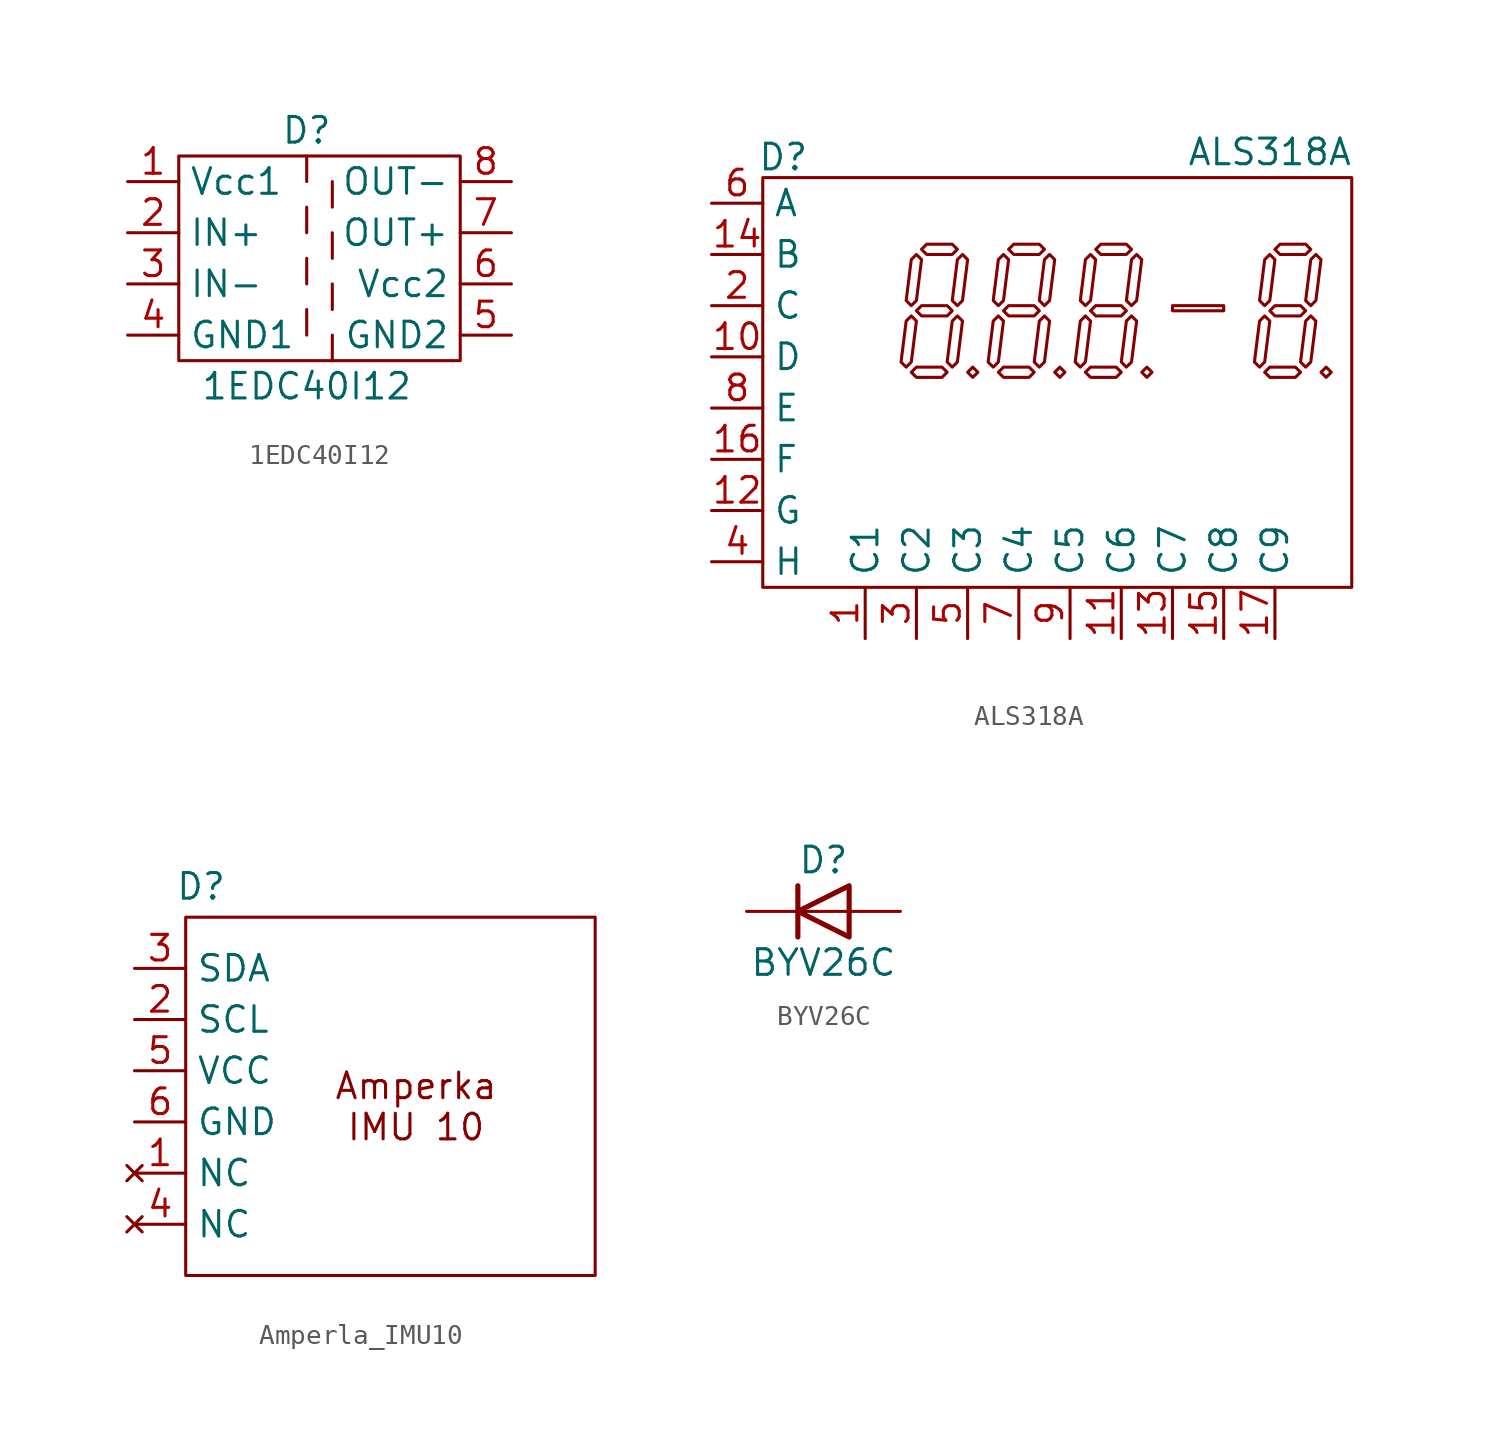
<source format=kicad_sym>
(kicad_symbol_lib
  (version 20231120)
  (generator "kicad_symbol_editor")
  (generator_version "8.0")
  (symbol "1EDC40I12"
    (property "Reference" "D"
      (at 8.89 2.54 0)
      (effects (font (size 1.27 1.27))))
    (property "Value" "1EDC40I12"
      (at 8.89 -10.16 0)
      (effects (font (size 1.27 1.27))))
    (symbol "1EDC40I12_0_1"
      (polyline (pts (xy 8.89 -6.35) (xy 8.89 -7.62)) (stroke (width 0) (type default)) (fill (type none)))
      (polyline (pts (xy 8.89 -3.81) (xy 8.89 -5.08)) (stroke (width 0) (type default)) (fill (type none)))
      (polyline (pts (xy 8.89 -1.27) (xy 8.89 -2.54)) (stroke (width 0) (type default)) (fill (type none)))
      (polyline (pts (xy 8.89 1.27) (xy 8.89 0)) (stroke (width 0) (type default)) (fill (type none)))
      (polyline (pts (xy 10.16 -7.62) (xy 10.16 -8.89)) (stroke (width 0) (type default)) (fill (type none)))
      (polyline (pts (xy 10.16 -5.08) (xy 10.16 -6.35)) (stroke (width 0) (type default)) (fill (type none)))
      (polyline (pts (xy 10.16 -2.54) (xy 10.16 -3.81)) (stroke (width 0) (type default)) (fill (type none)))
      (polyline (pts (xy 10.16 0) (xy 10.16 -1.27)) (stroke (width 0) (type default)) (fill (type none)))
      (polyline (pts (xy 2.54 1.27) (xy 16.51 1.27) (xy 16.51 -8.89) (xy 2.54 -8.89) (xy 2.54 1.27)) (stroke (width 0) (type default)) (fill (type none))))
    (symbol "1EDC40I12_1_1"
      (pin power_in line (at 0 0 0) (length 2.54) (name "Vcc1" (effects (font (size 1.27 1.27)))) (number "1" (effects (font (size 1.27 1.27)))))
      (pin input line (at 0 -2.54 0) (length 2.54) (name "IN+" (effects (font (size 1.27 1.27)))) (number "2" (effects (font (size 1.27 1.27)))))
      (pin input line (at 0 -5.08 0) (length 2.54) (name "IN-" (effects (font (size 1.27 1.27)))) (number "3" (effects (font (size 1.27 1.27)))))
      (pin power_out line (at 0 -7.62 0) (length 2.54) (name "GND1" (effects (font (size 1.27 1.27)))) (number "4" (effects (font (size 1.27 1.27)))))
      (pin power_out line (at 19.05 -7.62 180) (length 2.54) (name "GND2" (effects (font (size 1.27 1.27)))) (number "5" (effects (font (size 1.27 1.27)))))
      (pin power_in line (at 19.05 -5.08 180) (length 2.54) (name "Vcc2" (effects (font (size 1.27 1.27)))) (number "6" (effects (font (size 1.27 1.27)))))
      (pin output line (at 19.05 -2.54 180) (length 2.54) (name "OUT+" (effects (font (size 1.27 1.27)))) (number "7" (effects (font (size 1.27 1.27)))))
      (pin output line (at 19.05 0 180) (length 2.54) (name "OUT-" (effects (font (size 1.27 1.27)))) (number "8" (effects (font (size 1.27 1.27)))))))
  (symbol "ALS318A"
    (property "Reference" "D"
      (at 3.556 2.286 0)
      (effects (font (size 1.27 1.27))))
    (property "Value" "ALS318A"
      (at 27.686 2.54 0)
      (effects (font (size 1.27 1.27))))
    (symbol "ALS318A_0_1"
      (polyline (pts (xy 12.954 -8.128) (xy 12.7 -8.382) (xy 12.954 -8.636) (xy 13.208 -8.382) (xy 12.954 -8.128)) (stroke (width 0) (type default)) (fill (type none)))
      (polyline (pts (xy 17.272 -8.128) (xy 17.018 -8.382) (xy 17.272 -8.636) (xy 17.526 -8.382) (xy 17.272 -8.128)) (stroke (width 0) (type default)) (fill (type none)))
      (polyline (pts (xy 21.59 -8.128) (xy 21.336 -8.382) (xy 21.59 -8.636) (xy 21.844 -8.382) (xy 21.59 -8.128)) (stroke (width 0) (type default)) (fill (type none)))
      (polyline (pts (xy 22.86 -5.08) (xy 22.86 -5.334) (xy 25.4 -5.334) (xy 25.4 -5.08) (xy 22.86 -5.08)) (stroke (width 0) (type default)) (fill (type none)))
      (polyline (pts (xy 30.48 -8.128) (xy 30.226 -8.382) (xy 30.48 -8.636) (xy 30.734 -8.382) (xy 30.48 -8.128)) (stroke (width 0) (type default)) (fill (type none)))
      (polyline (pts (xy 9.906 -8.382) (xy 10.16 -8.636) (xy 11.43 -8.636) (xy 11.684 -8.382) (xy 11.43 -8.128) (xy 10.16 -8.128) (xy 9.906 -8.382)) (stroke (width 0) (type default)) (fill (type none)))
      (polyline (pts (xy 9.906 -5.588) (xy 9.652 -5.842) (xy 9.398 -7.874) (xy 9.652 -8.128) (xy 9.906 -7.874) (xy 10.16 -5.842) (xy 9.906 -5.588)) (stroke (width 0) (type default)) (fill (type none)))
      (polyline (pts (xy 10.16 -5.334) (xy 10.414 -5.588) (xy 11.684 -5.588) (xy 11.938 -5.334) (xy 11.684 -5.08) (xy 10.414 -5.08) (xy 10.16 -5.334)) (stroke (width 0) (type default)) (fill (type none)))
      (polyline (pts (xy 10.16 -2.54) (xy 9.906 -2.794) (xy 9.652 -4.826) (xy 9.906 -5.08) (xy 10.16 -4.826) (xy 10.414 -2.794) (xy 10.16 -2.54)) (stroke (width 0) (type default)) (fill (type none)))
      (polyline (pts (xy 10.414 -2.286) (xy 10.668 -2.54) (xy 11.938 -2.54) (xy 12.192 -2.286) (xy 11.938 -2.032) (xy 10.668 -2.032) (xy 10.414 -2.286)) (stroke (width 0) (type default)) (fill (type none)))
      (polyline (pts (xy 12.192 -5.588) (xy 11.938 -5.842) (xy 11.684 -7.874) (xy 11.938 -8.128) (xy 12.192 -7.874) (xy 12.446 -5.842) (xy 12.192 -5.588)) (stroke (width 0) (type default)) (fill (type none)))
      (polyline (pts (xy 12.446 -2.54) (xy 12.192 -2.794) (xy 11.938 -4.826) (xy 12.192 -5.08) (xy 12.446 -4.826) (xy 12.7 -2.794) (xy 12.446 -2.54)) (stroke (width 0) (type default)) (fill (type none)))
      (polyline (pts (xy 14.224 -8.382) (xy 14.478 -8.636) (xy 15.748 -8.636) (xy 16.002 -8.382) (xy 15.748 -8.128) (xy 14.478 -8.128) (xy 14.224 -8.382)) (stroke (width 0) (type default)) (fill (type none)))
      (polyline (pts (xy 14.224 -5.588) (xy 13.97 -5.842) (xy 13.716 -7.874) (xy 13.97 -8.128) (xy 14.224 -7.874) (xy 14.478 -5.842) (xy 14.224 -5.588)) (stroke (width 0) (type default)) (fill (type none)))
      (polyline (pts (xy 14.478 -5.334) (xy 14.732 -5.588) (xy 16.002 -5.588) (xy 16.256 -5.334) (xy 16.002 -5.08) (xy 14.732 -5.08) (xy 14.478 -5.334)) (stroke (width 0) (type default)) (fill (type none)))
      (polyline (pts (xy 14.478 -2.54) (xy 14.224 -2.794) (xy 13.97 -4.826) (xy 14.224 -5.08) (xy 14.478 -4.826) (xy 14.732 -2.794) (xy 14.478 -2.54)) (stroke (width 0) (type default)) (fill (type none)))
      (polyline (pts (xy 14.732 -2.286) (xy 14.986 -2.54) (xy 16.256 -2.54) (xy 16.51 -2.286) (xy 16.256 -2.032) (xy 14.986 -2.032) (xy 14.732 -2.286)) (stroke (width 0) (type default)) (fill (type none)))
      (polyline (pts (xy 16.51 -5.588) (xy 16.256 -5.842) (xy 16.002 -7.874) (xy 16.256 -8.128) (xy 16.51 -7.874) (xy 16.764 -5.842) (xy 16.51 -5.588)) (stroke (width 0) (type default)) (fill (type none)))
      (polyline (pts (xy 16.764 -2.54) (xy 16.51 -2.794) (xy 16.256 -4.826) (xy 16.51 -5.08) (xy 16.764 -4.826) (xy 17.018 -2.794) (xy 16.764 -2.54)) (stroke (width 0) (type default)) (fill (type none)))
      (polyline (pts (xy 18.542 -8.382) (xy 18.796 -8.636) (xy 20.066 -8.636) (xy 20.32 -8.382) (xy 20.066 -8.128) (xy 18.796 -8.128) (xy 18.542 -8.382)) (stroke (width 0) (type default)) (fill (type none)))
      (polyline (pts (xy 18.542 -5.588) (xy 18.288 -5.842) (xy 18.034 -7.874) (xy 18.288 -8.128) (xy 18.542 -7.874) (xy 18.796 -5.842) (xy 18.542 -5.588)) (stroke (width 0) (type default)) (fill (type none)))
      (polyline (pts (xy 18.796 -5.334) (xy 19.05 -5.588) (xy 20.32 -5.588) (xy 20.574 -5.334) (xy 20.32 -5.08) (xy 19.05 -5.08) (xy 18.796 -5.334)) (stroke (width 0) (type default)) (fill (type none)))
      (polyline (pts (xy 18.796 -2.54) (xy 18.542 -2.794) (xy 18.288 -4.826) (xy 18.542 -5.08) (xy 18.796 -4.826) (xy 19.05 -2.794) (xy 18.796 -2.54)) (stroke (width 0) (type default)) (fill (type none)))
      (polyline (pts (xy 19.05 -2.286) (xy 19.304 -2.54) (xy 20.574 -2.54) (xy 20.828 -2.286) (xy 20.574 -2.032) (xy 19.304 -2.032) (xy 19.05 -2.286)) (stroke (width 0) (type default)) (fill (type none)))
      (polyline (pts (xy 20.828 -5.588) (xy 20.574 -5.842) (xy 20.32 -7.874) (xy 20.574 -8.128) (xy 20.828 -7.874) (xy 21.082 -5.842) (xy 20.828 -5.588)) (stroke (width 0) (type default)) (fill (type none)))
      (polyline (pts (xy 21.082 -2.54) (xy 20.828 -2.794) (xy 20.574 -4.826) (xy 20.828 -5.08) (xy 21.082 -4.826) (xy 21.336 -2.794) (xy 21.082 -2.54)) (stroke (width 0) (type default)) (fill (type none)))
      (polyline (pts (xy 27.432 -8.382) (xy 27.686 -8.636) (xy 28.956 -8.636) (xy 29.21 -8.382) (xy 28.956 -8.128) (xy 27.686 -8.128) (xy 27.432 -8.382)) (stroke (width 0) (type default)) (fill (type none)))
      (polyline (pts (xy 27.432 -5.588) (xy 27.178 -5.842) (xy 26.924 -7.874) (xy 27.178 -8.128) (xy 27.432 -7.874) (xy 27.686 -5.842) (xy 27.432 -5.588)) (stroke (width 0) (type default)) (fill (type none)))
      (polyline (pts (xy 27.686 -5.334) (xy 27.94 -5.588) (xy 29.21 -5.588) (xy 29.464 -5.334) (xy 29.21 -5.08) (xy 27.94 -5.08) (xy 27.686 -5.334)) (stroke (width 0) (type default)) (fill (type none)))
      (polyline (pts (xy 27.686 -2.54) (xy 27.432 -2.794) (xy 27.178 -4.826) (xy 27.432 -5.08) (xy 27.686 -4.826) (xy 27.94 -2.794) (xy 27.686 -2.54)) (stroke (width 0) (type default)) (fill (type none)))
      (polyline (pts (xy 27.94 -2.286) (xy 28.194 -2.54) (xy 29.464 -2.54) (xy 29.718 -2.286) (xy 29.464 -2.032) (xy 28.194 -2.032) (xy 27.94 -2.286)) (stroke (width 0) (type default)) (fill (type none)))
      (polyline (pts (xy 29.718 -5.588) (xy 29.464 -5.842) (xy 29.21 -7.874) (xy 29.464 -8.128) (xy 29.718 -7.874) (xy 29.972 -5.842) (xy 29.718 -5.588)) (stroke (width 0) (type default)) (fill (type none)))
      (polyline (pts (xy 29.972 -2.54) (xy 29.718 -2.794) (xy 29.464 -4.826) (xy 29.718 -5.08) (xy 29.972 -4.826) (xy 30.226 -2.794) (xy 29.972 -2.54)) (stroke (width 0) (type default)) (fill (type none)))
      (rectangle (start 2.54 1.27) (end 31.75 -19.05) (stroke (width 0) (type default)) (fill (type none))))
    (symbol "ALS318A_1_1"
      (pin input line (at 7.62 -21.59 90) (length 2.54) (name "C1" (effects (font (size 1.27 1.27)))) (number "1" (effects (font (size 1.27 1.27)))))
      (pin input line (at 0 -7.62 0) (length 2.54) (name "D" (effects (font (size 1.27 1.27)))) (number "10" (effects (font (size 1.27 1.27)))))
      (pin input line (at 20.32 -21.59 90) (length 2.54) (name "C6" (effects (font (size 1.27 1.27)))) (number "11" (effects (font (size 1.27 1.27)))))
      (pin input line (at 0 -15.24 0) (length 2.54) (name "G" (effects (font (size 1.27 1.27)))) (number "12" (effects (font (size 1.27 1.27)))))
      (pin input line (at 22.86 -21.59 90) (length 2.54) (name "C7" (effects (font (size 1.27 1.27)))) (number "13" (effects (font (size 1.27 1.27)))))
      (pin input line (at 0 -2.54 0) (length 2.54) (name "B" (effects (font (size 1.27 1.27)))) (number "14" (effects (font (size 1.27 1.27)))))
      (pin input line (at 25.4 -21.59 90) (length 2.54) (name "C8" (effects (font (size 1.27 1.27)))) (number "15" (effects (font (size 1.27 1.27)))))
      (pin input line (at 0 -12.7 0) (length 2.54) (name "F" (effects (font (size 1.27 1.27)))) (number "16" (effects (font (size 1.27 1.27)))))
      (pin input line (at 27.94 -21.59 90) (length 2.54) (name "C9" (effects (font (size 1.27 1.27)))) (number "17" (effects (font (size 1.27 1.27)))))
      (pin input line (at 0 -5.08 0) (length 2.54) (name "C" (effects (font (size 1.27 1.27)))) (number "2" (effects (font (size 1.27 1.27)))))
      (pin input line (at 10.16 -21.59 90) (length 2.54) (name "C2" (effects (font (size 1.27 1.27)))) (number "3" (effects (font (size 1.27 1.27)))))
      (pin input line (at 0 -17.78 0) (length 2.54) (name "H" (effects (font (size 1.27 1.27)))) (number "4" (effects (font (size 1.27 1.27)))))
      (pin input line (at 12.7 -21.59 90) (length 2.54) (name "C3" (effects (font (size 1.27 1.27)))) (number "5" (effects (font (size 1.27 1.27)))))
      (pin input line (at 0 0 0) (length 2.54) (name "A" (effects (font (size 1.27 1.27)))) (number "6" (effects (font (size 1.27 1.27)))))
      (pin input line (at 15.24 -21.59 90) (length 2.54) (name "C4" (effects (font (size 1.27 1.27)))) (number "7" (effects (font (size 1.27 1.27)))))
      (pin input line (at 0 -10.16 0) (length 2.54) (name "E" (effects (font (size 1.27 1.27)))) (number "8" (effects (font (size 1.27 1.27)))))
      (pin input line (at 17.78 -21.59 90) (length 2.54) (name "C5" (effects (font (size 1.27 1.27)))) (number "9" (effects (font (size 1.27 1.27)))))))
  (symbol "Amperla_IMU10"
    (property "Reference" "D"
      (at 3.302 4.064 0)
      (effects (font (size 1.27 1.27))))
    (property "Value" ""
      (at 0 0 0)
      (effects (font (size 1.27 1.27))))
    (symbol "Amperla_IMU10_1_0"
      (pin no_connect line (at 0 -10.16 0) (length 2.54) (name "NC" (effects (font (size 1.27 1.27)))) (number "1" (effects (font (size 1.27 1.27)))))
      (pin no_connect line (at 0 -12.7 0) (length 2.54) (name "NC" (effects (font (size 1.27 1.27)))) (number "4" (effects (font (size 1.27 1.27))))))
    (symbol "Amperla_IMU10_1_1"
      (rectangle (start 2.54 2.54) (end 22.86 -15.24) (stroke (width 0) (type default)) (fill (type none)))
      (text "Amperka\nIMU 10" (at 13.97 -6.858 0) (effects (font (size 1.27 1.27))))
      (pin bidirectional line (at 0 -2.54 0) (length 2.54) (name "SCL" (effects (font (size 1.27 1.27)))) (number "2" (effects (font (size 1.27 1.27)))))
      (pin bidirectional line (at 0 0 0) (length 2.54) (name "SDA" (effects (font (size 1.27 1.27)))) (number "3" (effects (font (size 1.27 1.27)))))
      (pin power_in line (at 0 -5.08 0) (length 2.54) (name "VCC" (effects (font (size 1.27 1.27)))) (number "5" (effects (font (size 1.27 1.27)))))
      (pin power_in line (at 0 -7.62 0) (length 2.54) (name "GND" (effects (font (size 1.27 1.27)))) (number "6" (effects (font (size 1.27 1.27)))))))
  (symbol "BYV26C"
    (pin_numbers hide)
    (pin_names
      (offset 1.016) hide)
    (property "Reference" "D"
      (at 0 2.54 0)
      (effects (font (size 1.27 1.27))))
    (property "Value" "BYV26C"
      (at 0 -2.54 0)
      (effects (font (size 1.27 1.27))))
    (symbol "BYV26C_0_1"
      (polyline (pts (xy -1.27 1.27) (xy -1.27 -1.27)) (stroke (width 0.254) (type default)) (fill (type none)))
      (polyline (pts (xy 1.27 0) (xy -1.27 0)) (stroke (width 0) (type default)) (fill (type none)))
      (polyline (pts (xy 1.27 1.27) (xy 1.27 -1.27) (xy -1.27 0) (xy 1.27 1.27)) (stroke (width 0.254) (type default)) (fill (type none))))
    (symbol "BYV26C_1_1"
      (pin passive line (at -3.81 0 0) (length 2.54) (name "K" (effects (font (size 1.27 1.27)))) (number "1" (effects (font (size 1.27 1.27)))))
      (pin passive line (at 3.81 0 180) (length 2.54) (name "A" (effects (font (size 1.27 1.27)))) (number "2" (effects (font (size 1.27 1.27))))))))
</source>
